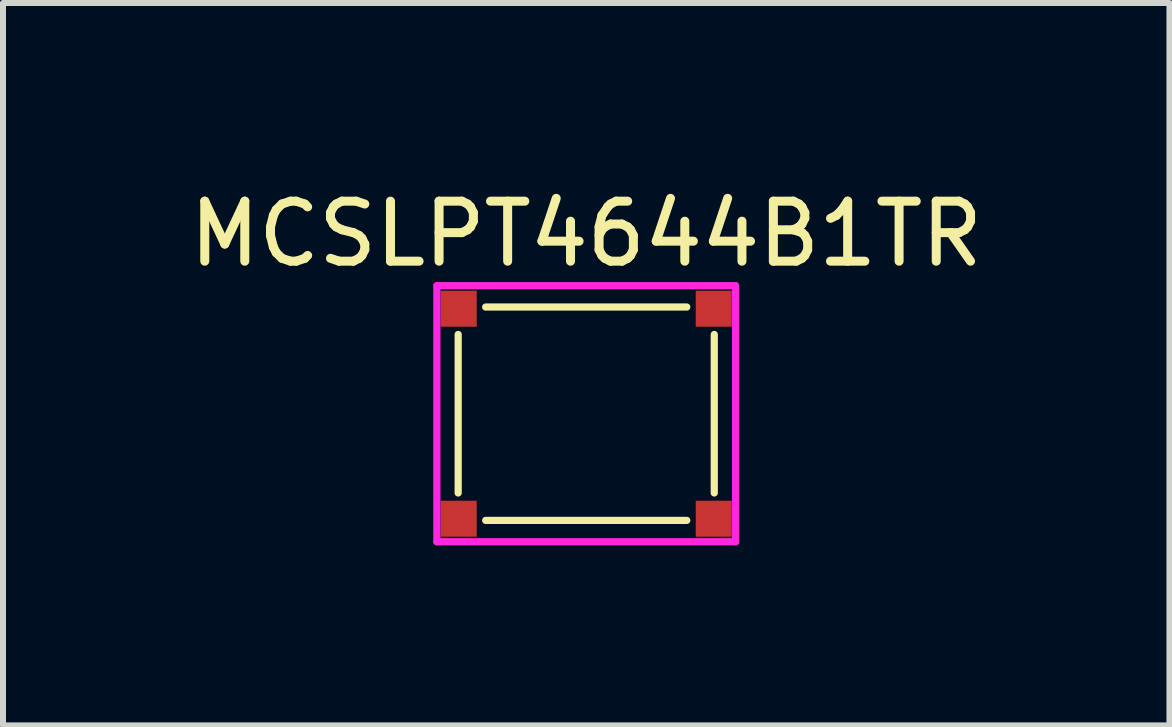
<source format=kicad_pcb>
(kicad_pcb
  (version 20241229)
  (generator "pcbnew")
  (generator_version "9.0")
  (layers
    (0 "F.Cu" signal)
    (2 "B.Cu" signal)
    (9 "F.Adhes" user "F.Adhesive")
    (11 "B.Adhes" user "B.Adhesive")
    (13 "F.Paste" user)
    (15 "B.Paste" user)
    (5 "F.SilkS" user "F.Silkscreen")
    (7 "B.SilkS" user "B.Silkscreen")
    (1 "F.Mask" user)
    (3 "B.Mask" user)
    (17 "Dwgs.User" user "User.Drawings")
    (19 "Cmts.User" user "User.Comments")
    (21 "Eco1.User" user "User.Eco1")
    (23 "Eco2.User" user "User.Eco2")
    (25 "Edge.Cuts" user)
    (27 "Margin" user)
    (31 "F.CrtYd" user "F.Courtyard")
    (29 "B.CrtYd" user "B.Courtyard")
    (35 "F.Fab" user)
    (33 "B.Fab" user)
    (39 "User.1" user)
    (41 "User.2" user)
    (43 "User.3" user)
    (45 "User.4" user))
  (footprint "MCSLPT4644B1TR"
    (layer "F.Cu")
    (at 6.72 3.845)
    (property "Reference" "MCSLPT4644B1TR" (at 0 -2.997 0) (layer "F.SilkS") (effects (font (size 1 1) (thickness 0.15))))
    (attr through_hole)
    (fp_line (start -2.134 -1.321) (end -2.134 1.321) (stroke (width 0.12) (type solid)) (layer "F.SilkS"))
    (fp_line (start -1.676 -1.778) (end 1.676 -1.778) (stroke (width 0.12) (type solid)) (layer "F.SilkS"))
    (fp_line (start -1.676 1.778) (end 1.676 1.778) (stroke (width 0.12) (type solid)) (layer "F.SilkS"))
    (fp_line (start 2.134 -1.321) (end 2.134 1.321) (stroke (width 0.12) (type solid)) (layer "F.SilkS"))
    (fp_line (start -2.489 -2.134) (end 2.489 -2.134) (stroke (width 0.12) (type solid)) (layer "F.CrtYd"))
    (fp_line (start -2.489 2.134) (end -2.489 -2.134) (stroke (width 0.12) (type solid)) (layer "F.CrtYd"))
    (fp_line (start 2.489 -2.134) (end 2.489 2.134) (stroke (width 0.12) (type solid)) (layer "F.CrtYd"))
    (fp_line (start 2.489 2.134) (end -2.489 2.134) (stroke (width 0.12) (type solid)) (layer "F.CrtYd"))
    (pad "1" smd rect (at -2.125 -1.75) (size 0.6 0.6) (layers "F.Cu" "F.Mask" "F.Paste"))
    (pad "1" smd rect (at 2.125 -1.75) (size 0.6 0.6) (layers "F.Cu" "F.Mask" "F.Paste"))
    (pad "2" smd rect (at -2.125 1.75) (size 0.6 0.6) (layers "F.Cu" "F.Mask" "F.Paste"))
    (pad "2" smd rect (at 2.125 1.75) (size 0.6 0.6) (layers "F.Cu" "F.Mask" "F.Paste")))
  (gr_rect
    (start -3 -3)
    (end 16.44 9.039)
    (stroke (width 0.1) (type default))
    (fill no)
    (layer "Edge.Cuts")))
</source>
